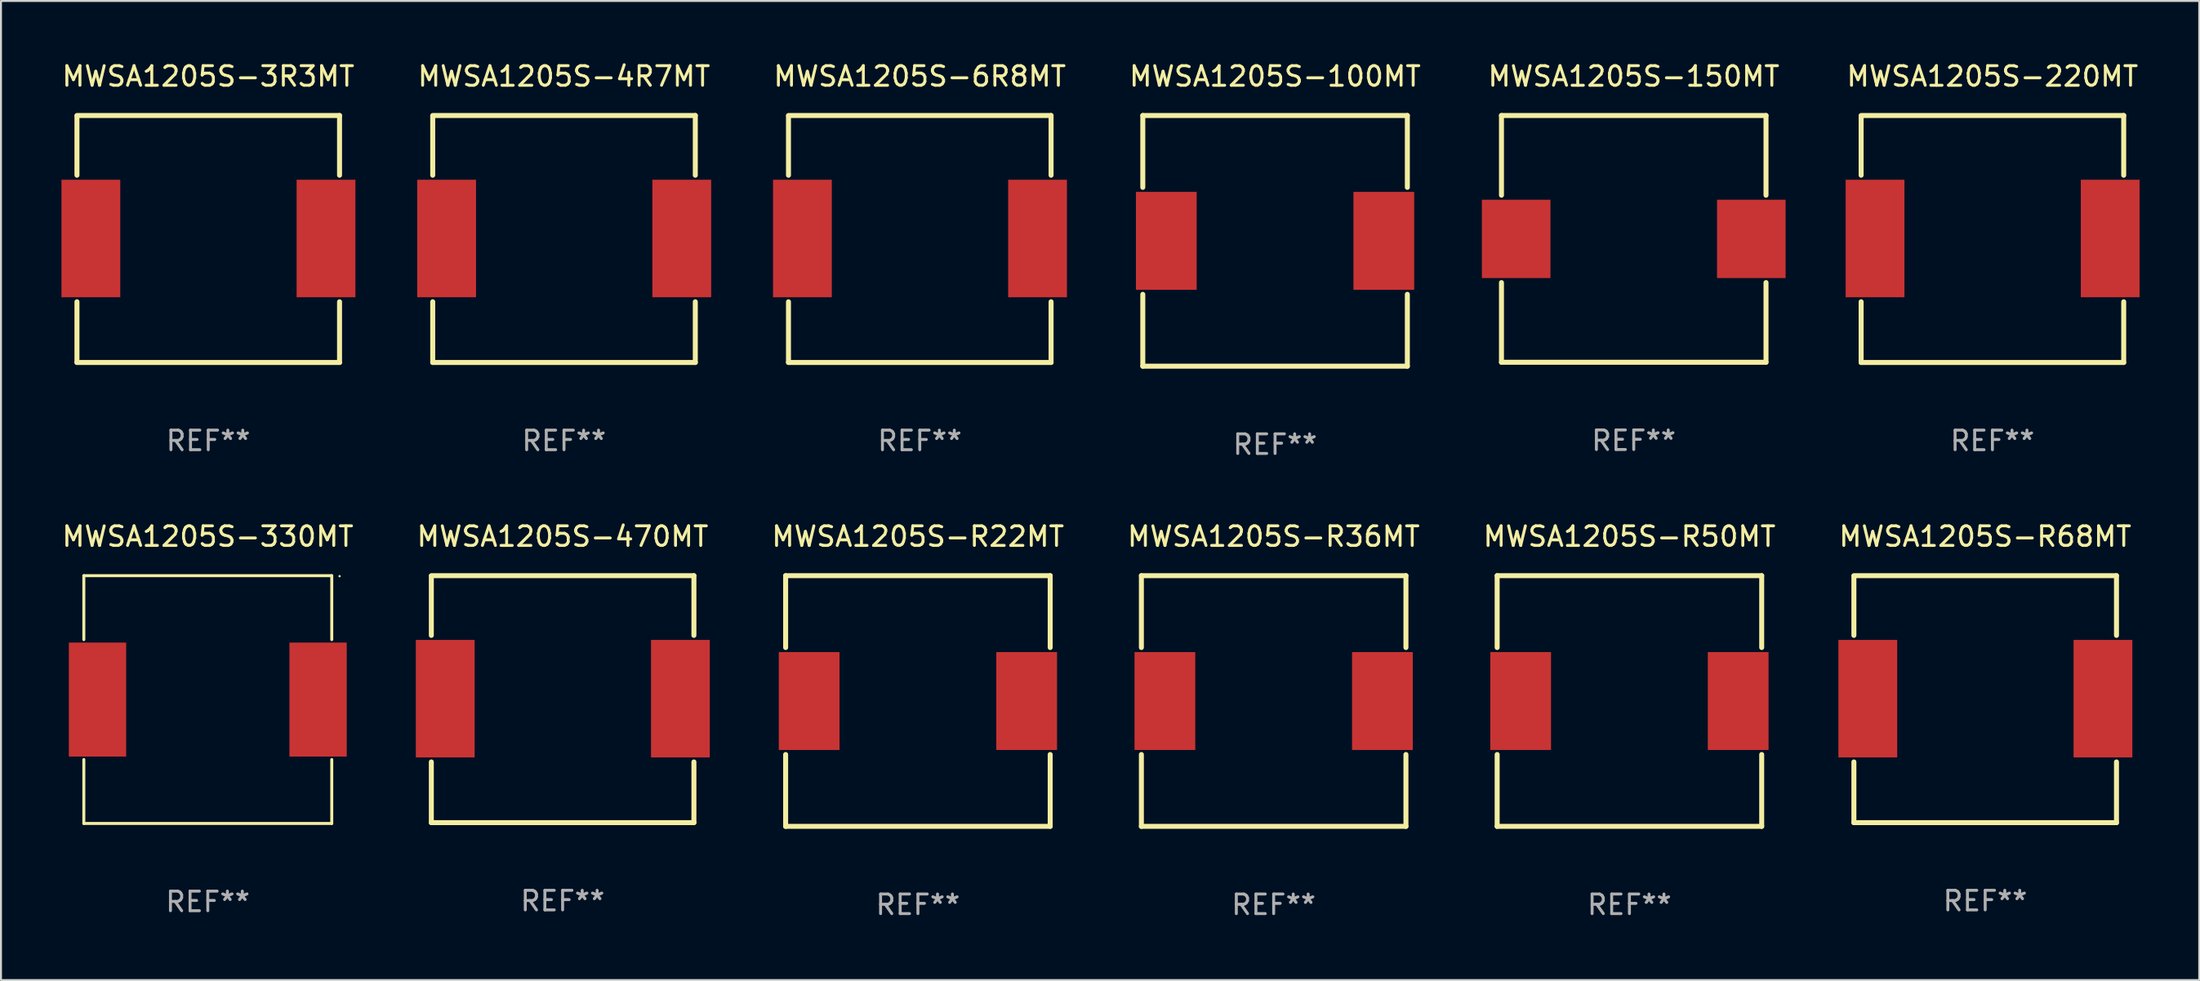
<source format=kicad_pcb>
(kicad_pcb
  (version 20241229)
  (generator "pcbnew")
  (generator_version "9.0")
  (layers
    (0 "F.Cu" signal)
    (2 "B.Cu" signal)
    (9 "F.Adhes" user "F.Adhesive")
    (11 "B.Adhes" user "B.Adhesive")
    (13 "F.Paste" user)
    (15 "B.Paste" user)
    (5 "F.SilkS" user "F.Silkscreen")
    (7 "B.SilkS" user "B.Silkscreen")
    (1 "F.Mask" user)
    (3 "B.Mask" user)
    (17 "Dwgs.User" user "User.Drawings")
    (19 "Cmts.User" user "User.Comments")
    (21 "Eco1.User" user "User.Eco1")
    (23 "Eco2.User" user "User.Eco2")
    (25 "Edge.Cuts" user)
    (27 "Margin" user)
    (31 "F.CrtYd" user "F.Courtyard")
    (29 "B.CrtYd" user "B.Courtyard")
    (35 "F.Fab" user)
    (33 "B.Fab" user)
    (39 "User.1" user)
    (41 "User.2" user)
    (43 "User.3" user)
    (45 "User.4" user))
  (footprint "MWSA1205S-100MT"
    (layer "F.Cu")
    (at 62.018 9.248)
    (property "Reference" "MWSA1205S-100MT" (at 0 -8.4 0) (layer "F.SilkS") (effects (font (size 1 1) (thickness 0.15))))
    (attr through_hole)
    (fp_line (start -6.75 -6.4) (end -6.75 -2.731) (stroke (width 0.254) (type solid)) (layer "F.SilkS"))
    (fp_line (start -6.75 -6.4) (end 6.75 -6.4) (stroke (width 0.254) (type solid)) (layer "F.SilkS"))
    (fp_line (start -6.75 2.731) (end -6.75 6.4) (stroke (width 0.254) (type solid)) (layer "F.SilkS"))
    (fp_line (start 6.75 -2.731) (end 6.75 -6.4) (stroke (width 0.254) (type solid)) (layer "F.SilkS"))
    (fp_line (start 6.75 6.4) (end -6.75 6.4) (stroke (width 0.254) (type solid)) (layer "F.SilkS"))
    (fp_line (start 6.75 6.4) (end 6.75 2.731) (stroke (width 0.254) (type solid)) (layer "F.SilkS"))
    (fp_circle (center -6.725 -6.3) (end -6.695 -6.3) (stroke (width 0.06) (type solid)) (fill no) (layer "F.SilkS"))
    (fp_text user "REF**" (at 0 10.4 0) (layer "F.Fab") (effects (font (size 1 1) (thickness 0.15))))
    (pad "1" smd rect (at -5.55 0) (size 3.1 5) (layers "F.Cu" "F.Mask" "F.Paste"))
    (pad "2" smd rect (at 5.55 0) (size 3.1 5) (layers "F.Cu" "F.Mask" "F.Paste")))
  (footprint "MWSA1205S-330MT"
    (layer "F.Cu")
    (at 7.554 32.671)
    (property "Reference" "MWSA1205S-330MT" (at 0 -8.326 0) (layer "F.SilkS") (effects (font (size 1 1) (thickness 0.15))))
    (attr through_hole)
    (fp_line (start -6.326 -6.326) (end 6.326 -6.326) (stroke (width 0.152) (type solid)) (layer "F.SilkS"))
    (fp_line (start -6.326 -3.062) (end -6.326 -6.326) (stroke (width 0.152) (type solid)) (layer "F.SilkS"))
    (fp_line (start -6.326 3.062) (end -6.326 6.326) (stroke (width 0.152) (type solid)) (layer "F.SilkS"))
    (fp_line (start -6.326 6.326) (end 6.326 6.326) (stroke (width 0.152) (type solid)) (layer "F.SilkS"))
    (fp_line (start 6.326 -6.326) (end 6.326 -3.062) (stroke (width 0.152) (type solid)) (layer "F.SilkS"))
    (fp_line (start 6.326 6.326) (end 6.326 3.062) (stroke (width 0.152) (type solid)) (layer "F.SilkS"))
    (fp_circle (center 6.725 -6.3) (end 6.755 -6.3) (stroke (width 0.06) (type solid)) (fill no) (layer "F.SilkS"))
    (fp_text user "REF**" (at 0 10.326 0) (layer "F.Fab") (effects (font (size 1 1) (thickness 0.15))))
    (pad "1" smd rect (at 5.628 0) (size 2.924 5.82) (layers "F.Cu" "F.Mask" "F.Paste"))
    (pad "2" smd rect (at -5.628 0) (size 2.924 5.82) (layers "F.Cu" "F.Mask" "F.Paste")))
  (footprint "MWSA1205S-R36MT"
    (layer "F.Cu")
    (at 61.946 32.745)
    (property "Reference" "MWSA1205S-R36MT" (at 0 -8.4 0) (layer "F.SilkS") (effects (font (size 1 1) (thickness 0.15))))
    (attr through_hole)
    (fp_line (start -6.75 -6.4) (end -6.75 -2.731) (stroke (width 0.254) (type solid)) (layer "F.SilkS"))
    (fp_line (start -6.75 -6.4) (end 6.75 -6.4) (stroke (width 0.254) (type solid)) (layer "F.SilkS"))
    (fp_line (start -6.75 2.731) (end -6.75 6.4) (stroke (width 0.254) (type solid)) (layer "F.SilkS"))
    (fp_line (start 6.75 -2.731) (end 6.75 -6.4) (stroke (width 0.254) (type solid)) (layer "F.SilkS"))
    (fp_line (start 6.75 6.4) (end -6.75 6.4) (stroke (width 0.254) (type solid)) (layer "F.SilkS"))
    (fp_line (start 6.75 6.4) (end 6.75 2.731) (stroke (width 0.254) (type solid)) (layer "F.SilkS"))
    (fp_circle (center -6.725 -6.3) (end -6.695 -6.3) (stroke (width 0.06) (type solid)) (fill no) (layer "F.SilkS"))
    (fp_text user "REF**" (at 0 10.4 0) (layer "F.Fab") (effects (font (size 1 1) (thickness 0.15))))
    (pad "1" smd rect (at -5.55 0) (size 3.1 5) (layers "F.Cu" "F.Mask" "F.Paste"))
    (pad "2" smd rect (at 5.55 0) (size 3.1 5) (layers "F.Cu" "F.Mask" "F.Paste")))
  (footprint "MWSA1205S-6R8MT"
    (layer "F.Cu")
    (at 43.887 9.153)
    (property "Reference" "MWSA1205S-6R8MT" (at 0 -8.305 0) (layer "F.SilkS") (effects (font (size 1 1) (thickness 0.15))))
    (attr through_hole)
    (fp_line (start -6.7 -6.275) (end -6.7 -3.256) (stroke (width 0.254) (type solid)) (layer "F.SilkS"))
    (fp_line (start -6.7 3.206) (end -6.7 6.305) (stroke (width 0.254) (type solid)) (layer "F.SilkS"))
    (fp_line (start -6.7 6.305) (end 6.7 6.305) (stroke (width 0.254) (type solid)) (layer "F.SilkS"))
    (fp_line (start 6.7 -6.305) (end -6.7 -6.305) (stroke (width 0.254) (type solid)) (layer "F.SilkS"))
    (fp_line (start 6.7 -3.256) (end 6.7 -6.305) (stroke (width 0.254) (type solid)) (layer "F.SilkS"))
    (fp_line (start 6.7 6.305) (end 6.7 3.206) (stroke (width 0.254) (type solid)) (layer "F.SilkS"))
    (fp_circle (center -6.715 6.275) (end -6.685 6.275) (stroke (width 0.06) (type solid)) (fill no) (layer "F.SilkS"))
    (fp_text user "REF**" (at 0 10.305 0) (layer "F.Fab") (effects (font (size 1 1) (thickness 0.15))))
    (pad "1" smd rect (at -5.99 -0.025) (size 3 6) (layers "F.Cu" "F.Mask" "F.Paste"))
    (pad "2" smd rect (at 6.01 -0.025) (size 3 6) (layers "F.Cu" "F.Mask" "F.Paste")))
  (footprint "MWSA1205S-4R7MT"
    (layer "F.Cu")
    (at 25.732 9.153)
    (property "Reference" "MWSA1205S-4R7MT" (at 0 -8.305 0) (layer "F.SilkS") (effects (font (size 1 1) (thickness 0.15))))
    (attr through_hole)
    (fp_line (start -6.7 -6.275) (end -6.7 -3.256) (stroke (width 0.254) (type solid)) (layer "F.SilkS"))
    (fp_line (start -6.7 3.206) (end -6.7 6.305) (stroke (width 0.254) (type solid)) (layer "F.SilkS"))
    (fp_line (start -6.7 6.305) (end 6.7 6.305) (stroke (width 0.254) (type solid)) (layer "F.SilkS"))
    (fp_line (start 6.7 -6.305) (end -6.7 -6.305) (stroke (width 0.254) (type solid)) (layer "F.SilkS"))
    (fp_line (start 6.7 -3.256) (end 6.7 -6.305) (stroke (width 0.254) (type solid)) (layer "F.SilkS"))
    (fp_line (start 6.7 6.305) (end 6.7 3.206) (stroke (width 0.254) (type solid)) (layer "F.SilkS"))
    (fp_circle (center -6.715 6.275) (end -6.685 6.275) (stroke (width 0.06) (type solid)) (fill no) (layer "F.SilkS"))
    (fp_text user "REF**" (at 0 10.305 0) (layer "F.Fab") (effects (font (size 1 1) (thickness 0.15))))
    (pad "1" smd rect (at -5.99 -0.025) (size 3 6) (layers "F.Cu" "F.Mask" "F.Paste"))
    (pad "2" smd rect (at 6.01 -0.025) (size 3 6) (layers "F.Cu" "F.Mask" "F.Paste")))
  (footprint "MWSA1205S-R50MT"
    (layer "F.Cu")
    (at 80.101 32.745)
    (property "Reference" "MWSA1205S-R50MT" (at 0 -8.4 0) (layer "F.SilkS") (effects (font (size 1 1) (thickness 0.15))))
    (attr through_hole)
    (fp_line (start -6.75 -6.4) (end -6.75 -2.731) (stroke (width 0.254) (type solid)) (layer "F.SilkS"))
    (fp_line (start -6.75 -6.4) (end 6.75 -6.4) (stroke (width 0.254) (type solid)) (layer "F.SilkS"))
    (fp_line (start -6.75 2.731) (end -6.75 6.4) (stroke (width 0.254) (type solid)) (layer "F.SilkS"))
    (fp_line (start 6.75 -2.731) (end 6.75 -6.4) (stroke (width 0.254) (type solid)) (layer "F.SilkS"))
    (fp_line (start 6.75 6.4) (end -6.75 6.4) (stroke (width 0.254) (type solid)) (layer "F.SilkS"))
    (fp_line (start 6.75 6.4) (end 6.75 2.731) (stroke (width 0.254) (type solid)) (layer "F.SilkS"))
    (fp_circle (center -6.725 -6.3) (end -6.695 -6.3) (stroke (width 0.06) (type solid)) (fill no) (layer "F.SilkS"))
    (fp_text user "REF**" (at 0 10.4 0) (layer "F.Fab") (effects (font (size 1 1) (thickness 0.15))))
    (pad "1" smd rect (at -5.55 0) (size 3.1 5) (layers "F.Cu" "F.Mask" "F.Paste"))
    (pad "2" smd rect (at 5.55 0) (size 3.1 5) (layers "F.Cu" "F.Mask" "F.Paste")))
  (footprint "MWSA1205S-150MT"
    (layer "F.Cu")
    (at 80.321 9.148)
    (property "Reference" "MWSA1205S-150MT" (at 0 -8.3 0) (layer "F.SilkS") (effects (font (size 1 1) (thickness 0.15))))
    (attr through_hole)
    (fp_line (start -6.75 -6.3) (end 6.75 -6.3) (stroke (width 0.254) (type solid)) (layer "F.SilkS"))
    (fp_line (start -6.75 -2.23) (end -6.75 -6.3) (stroke (width 0.254) (type solid)) (layer "F.SilkS"))
    (fp_line (start -6.75 6.3) (end -6.75 2.23) (stroke (width 0.254) (type solid)) (layer "F.SilkS"))
    (fp_line (start 6.75 -2.23) (end 6.75 -6.3) (stroke (width 0.254) (type solid)) (layer "F.SilkS"))
    (fp_line (start 6.75 6.3) (end -6.75 6.3) (stroke (width 0.254) (type solid)) (layer "F.SilkS"))
    (fp_line (start 6.75 6.3) (end 6.75 2.23) (stroke (width 0.254) (type solid)) (layer "F.SilkS"))
    (fp_circle (center -6.75 6.3) (end -6.72 6.3) (stroke (width 0.06) (type solid)) (fill no) (layer "F.SilkS"))
    (fp_text user "REF**" (at 0 10.3 0) (layer "F.Fab") (effects (font (size 1 1) (thickness 0.15))))
    (pad "1" smd rect (at -6 0 90) (size 4 3.5) (layers "F.Cu" "F.Mask" "F.Paste"))
    (pad "2" smd rect (at 6 0 90) (size 4 3.5) (layers "F.Cu" "F.Mask" "F.Paste")))
  (footprint "MWSA1205S-R68MT"
    (layer "F.Cu")
    (at 98.256 32.65)
    (property "Reference" "MWSA1205S-R68MT" (at 0 -8.305 0) (layer "F.SilkS") (effects (font (size 1 1) (thickness 0.15))))
    (attr through_hole)
    (fp_line (start -6.7 -6.275) (end -6.7 -3.256) (stroke (width 0.254) (type solid)) (layer "F.SilkS"))
    (fp_line (start -6.7 3.206) (end -6.7 6.305) (stroke (width 0.254) (type solid)) (layer "F.SilkS"))
    (fp_line (start -6.7 6.305) (end 6.7 6.305) (stroke (width 0.254) (type solid)) (layer "F.SilkS"))
    (fp_line (start 6.7 -6.305) (end -6.7 -6.305) (stroke (width 0.254) (type solid)) (layer "F.SilkS"))
    (fp_line (start 6.7 -3.256) (end 6.7 -6.305) (stroke (width 0.254) (type solid)) (layer "F.SilkS"))
    (fp_line (start 6.7 6.305) (end 6.7 3.206) (stroke (width 0.254) (type solid)) (layer "F.SilkS"))
    (fp_circle (center -6.715 6.275) (end -6.685 6.275) (stroke (width 0.06) (type solid)) (fill no) (layer "F.SilkS"))
    (fp_text user "REF**" (at 0 10.305 0) (layer "F.Fab") (effects (font (size 1 1) (thickness 0.15))))
    (pad "1" smd rect (at -5.99 -0.025) (size 3 6) (layers "F.Cu" "F.Mask" "F.Paste"))
    (pad "2" smd rect (at 6.01 -0.025) (size 3 6) (layers "F.Cu" "F.Mask" "F.Paste")))
  (footprint "MWSA1205S-220MT"
    (layer "F.Cu")
    (at 98.625 9.153)
    (property "Reference" "MWSA1205S-220MT" (at 0 -8.305 0) (layer "F.SilkS") (effects (font (size 1 1) (thickness 0.15))))
    (attr through_hole)
    (fp_line (start -6.7 -6.275) (end -6.7 -3.256) (stroke (width 0.254) (type solid)) (layer "F.SilkS"))
    (fp_line (start -6.7 3.206) (end -6.7 6.305) (stroke (width 0.254) (type solid)) (layer "F.SilkS"))
    (fp_line (start -6.7 6.305) (end 6.7 6.305) (stroke (width 0.254) (type solid)) (layer "F.SilkS"))
    (fp_line (start 6.7 -6.305) (end -6.7 -6.305) (stroke (width 0.254) (type solid)) (layer "F.SilkS"))
    (fp_line (start 6.7 -3.256) (end 6.7 -6.305) (stroke (width 0.254) (type solid)) (layer "F.SilkS"))
    (fp_line (start 6.7 6.305) (end 6.7 3.206) (stroke (width 0.254) (type solid)) (layer "F.SilkS"))
    (fp_circle (center -6.715 6.275) (end -6.685 6.275) (stroke (width 0.06) (type solid)) (fill no) (layer "F.SilkS"))
    (fp_text user "REF**" (at 0 10.305 0) (layer "F.Fab") (effects (font (size 1 1) (thickness 0.15))))
    (pad "1" smd rect (at -5.99 -0.025) (size 3 6) (layers "F.Cu" "F.Mask" "F.Paste"))
    (pad "2" smd rect (at 6.01 -0.025) (size 3 6) (layers "F.Cu" "F.Mask" "F.Paste")))
  (footprint "MWSA1205S-R22MT"
    (layer "F.Cu")
    (at 43.792 32.745)
    (property "Reference" "MWSA1205S-R22MT" (at 0 -8.4 0) (layer "F.SilkS") (effects (font (size 1 1) (thickness 0.15))))
    (attr through_hole)
    (fp_line (start -6.75 -6.4) (end -6.75 -2.731) (stroke (width 0.254) (type solid)) (layer "F.SilkS"))
    (fp_line (start -6.75 -6.4) (end 6.75 -6.4) (stroke (width 0.254) (type solid)) (layer "F.SilkS"))
    (fp_line (start -6.75 2.731) (end -6.75 6.4) (stroke (width 0.254) (type solid)) (layer "F.SilkS"))
    (fp_line (start 6.75 -2.731) (end 6.75 -6.4) (stroke (width 0.254) (type solid)) (layer "F.SilkS"))
    (fp_line (start 6.75 6.4) (end -6.75 6.4) (stroke (width 0.254) (type solid)) (layer "F.SilkS"))
    (fp_line (start 6.75 6.4) (end 6.75 2.731) (stroke (width 0.254) (type solid)) (layer "F.SilkS"))
    (fp_circle (center -6.725 -6.3) (end -6.695 -6.3) (stroke (width 0.06) (type solid)) (fill no) (layer "F.SilkS"))
    (fp_text user "REF**" (at 0 10.4 0) (layer "F.Fab") (effects (font (size 1 1) (thickness 0.15))))
    (pad "1" smd rect (at -5.55 0) (size 3.1 5) (layers "F.Cu" "F.Mask" "F.Paste"))
    (pad "2" smd rect (at 5.55 0) (size 3.1 5) (layers "F.Cu" "F.Mask" "F.Paste")))
  (footprint "MWSA1205S-470MT"
    (layer "F.Cu")
    (at 25.661 32.65)
    (property "Reference" "MWSA1205S-470MT" (at 0 -8.305 0) (layer "F.SilkS") (effects (font (size 1 1) (thickness 0.15))))
    (attr through_hole)
    (fp_line (start -6.7 -6.275) (end -6.7 -3.256) (stroke (width 0.254) (type solid)) (layer "F.SilkS"))
    (fp_line (start -6.7 3.206) (end -6.7 6.305) (stroke (width 0.254) (type solid)) (layer "F.SilkS"))
    (fp_line (start -6.7 6.305) (end 6.7 6.305) (stroke (width 0.254) (type solid)) (layer "F.SilkS"))
    (fp_line (start 6.7 -6.305) (end -6.7 -6.305) (stroke (width 0.254) (type solid)) (layer "F.SilkS"))
    (fp_line (start 6.7 -3.256) (end 6.7 -6.305) (stroke (width 0.254) (type solid)) (layer "F.SilkS"))
    (fp_line (start 6.7 6.305) (end 6.7 3.206) (stroke (width 0.254) (type solid)) (layer "F.SilkS"))
    (fp_circle (center -6.715 6.275) (end -6.685 6.275) (stroke (width 0.06) (type solid)) (fill no) (layer "F.SilkS"))
    (fp_text user "REF**" (at 0 10.305 0) (layer "F.Fab") (effects (font (size 1 1) (thickness 0.15))))
    (pad "1" smd rect (at -5.99 -0.025) (size 3 6) (layers "F.Cu" "F.Mask" "F.Paste"))
    (pad "2" smd rect (at 6.01 -0.025) (size 3 6) (layers "F.Cu" "F.Mask" "F.Paste")))
  (footprint "MWSA1205S-3R3MT"
    (layer "F.Cu")
    (at 7.577 9.153)
    (property "Reference" "MWSA1205S-3R3MT" (at 0 -8.305 0) (layer "F.SilkS") (effects (font (size 1 1) (thickness 0.15))))
    (attr through_hole)
    (fp_line (start -6.7 -6.275) (end -6.7 -3.256) (stroke (width 0.254) (type solid)) (layer "F.SilkS"))
    (fp_line (start -6.7 3.206) (end -6.7 6.305) (stroke (width 0.254) (type solid)) (layer "F.SilkS"))
    (fp_line (start -6.7 6.305) (end 6.7 6.305) (stroke (width 0.254) (type solid)) (layer "F.SilkS"))
    (fp_line (start 6.7 -6.305) (end -6.7 -6.305) (stroke (width 0.254) (type solid)) (layer "F.SilkS"))
    (fp_line (start 6.7 -3.256) (end 6.7 -6.305) (stroke (width 0.254) (type solid)) (layer "F.SilkS"))
    (fp_line (start 6.7 6.305) (end 6.7 3.206) (stroke (width 0.254) (type solid)) (layer "F.SilkS"))
    (fp_circle (center -6.715 6.275) (end -6.685 6.275) (stroke (width 0.06) (type solid)) (fill no) (layer "F.SilkS"))
    (fp_text user "REF**" (at 0 10.305 0) (layer "F.Fab") (effects (font (size 1 1) (thickness 0.15))))
    (pad "1" smd rect (at -5.99 -0.025) (size 3 6) (layers "F.Cu" "F.Mask" "F.Paste"))
    (pad "2" smd rect (at 6.01 -0.025) (size 3 6) (layers "F.Cu" "F.Mask" "F.Paste")))
  (gr_rect
    (start -3 -3)
    (end 109.179 46.993)
    (stroke (width 0.1) (type default))
    (fill no)
    (layer "Edge.Cuts")))
</source>
